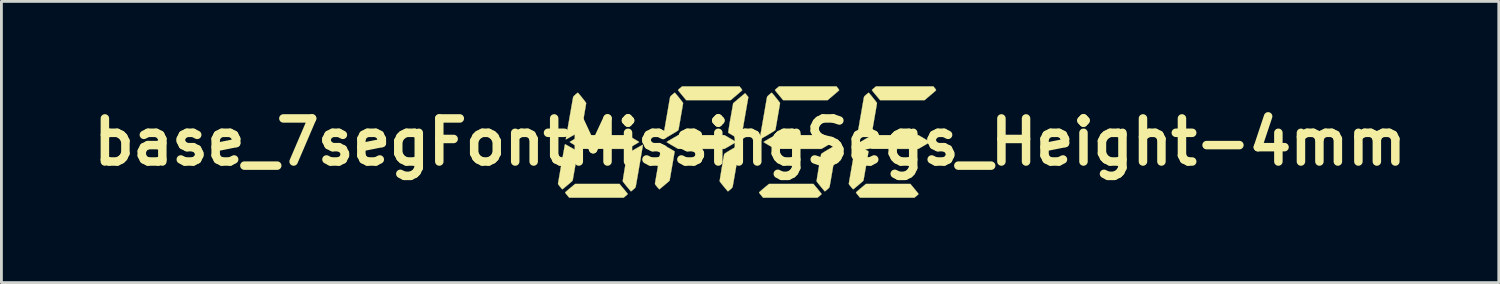
<source format=kicad_pcb>
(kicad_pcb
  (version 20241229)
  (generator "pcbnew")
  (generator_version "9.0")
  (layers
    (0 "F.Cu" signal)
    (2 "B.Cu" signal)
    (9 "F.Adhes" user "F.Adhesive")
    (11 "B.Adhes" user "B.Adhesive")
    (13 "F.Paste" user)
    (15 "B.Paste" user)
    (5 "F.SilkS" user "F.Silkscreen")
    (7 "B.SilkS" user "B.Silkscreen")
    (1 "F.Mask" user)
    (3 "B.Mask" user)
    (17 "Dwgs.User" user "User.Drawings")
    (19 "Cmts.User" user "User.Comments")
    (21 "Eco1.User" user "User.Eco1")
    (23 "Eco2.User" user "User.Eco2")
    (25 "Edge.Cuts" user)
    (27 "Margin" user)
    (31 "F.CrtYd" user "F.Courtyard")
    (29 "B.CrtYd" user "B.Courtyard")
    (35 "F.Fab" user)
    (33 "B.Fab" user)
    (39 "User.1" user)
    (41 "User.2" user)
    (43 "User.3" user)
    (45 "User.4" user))
  (footprint "base_7segFontMissingSegs_Height-4mm"
    (layer "F.Cu")
    (at 23.484 1.974)
    (property "Reference" "base_7segFontMissingSegs_Height-4mm" (at 0 0 0) (layer "F.SilkS") (effects (font (size 1.524 1.524) (thickness 0.3))))
    (attr through_hole)
    (fp_poly (pts (xy -4.474 1.656) (xy -4.431 1.708) (xy -4.393 1.754) (xy -4.363 1.793) (xy -4.341 1.821) (xy -4.33 1.837) (xy -4.329 1.839) (xy -4.337 1.849) (xy -4.358 1.869) (xy -4.387 1.895) (xy -4.402 1.908) (xy -4.475 1.968) (xy -6.399 1.968) (xy -6.47 1.881) (xy -6.5 1.845) (xy -6.523 1.814) (xy -6.538 1.792) (xy -6.542 1.785) (xy -6.534 1.776) (xy -6.513 1.755) (xy -6.479 1.726) (xy -6.437 1.689) (xy -6.387 1.647) (xy -6.366 1.629) (xy -6.189 1.482) (xy -4.619 1.482) (xy -4.474 1.656)) (stroke (width 0.01) (type solid)) (fill yes) (layer "F.SilkS"))
    (fp_poly (pts (xy 2.384 1.656) (xy 2.427 1.708) (xy 2.465 1.754) (xy 2.495 1.793) (xy 2.517 1.821) (xy 2.528 1.837) (xy 2.529 1.839) (xy 2.521 1.849) (xy 2.5 1.869) (xy 2.471 1.895) (xy 2.456 1.908) (xy 2.383 1.968) (xy 0.459 1.968) (xy 0.388 1.881) (xy 0.358 1.845) (xy 0.335 1.814) (xy 0.32 1.792) (xy 0.316 1.785) (xy 0.324 1.776) (xy 0.345 1.755) (xy 0.379 1.726) (xy 0.421 1.689) (xy 0.471 1.647) (xy 0.492 1.629) (xy 0.669 1.482) (xy 2.239 1.482) (xy 2.384 1.656)) (stroke (width 0.01) (type solid)) (fill yes) (layer "F.SilkS"))
    (fp_poly (pts (xy 5.813 1.656) (xy 5.856 1.708) (xy 5.894 1.754) (xy 5.924 1.793) (xy 5.946 1.821) (xy 5.957 1.837) (xy 5.958 1.839) (xy 5.95 1.849) (xy 5.929 1.869) (xy 5.9 1.895) (xy 5.885 1.908) (xy 5.812 1.968) (xy 3.888 1.968) (xy 3.817 1.881) (xy 3.787 1.845) (xy 3.764 1.814) (xy 3.749 1.792) (xy 3.745 1.785) (xy 3.753 1.776) (xy 3.774 1.755) (xy 3.808 1.726) (xy 3.85 1.689) (xy 3.9 1.647) (xy 3.921 1.629) (xy 4.098 1.482) (xy 5.668 1.482) (xy 5.813 1.656)) (stroke (width 0.01) (type solid)) (fill yes) (layer "F.SilkS"))
    (fp_poly (pts (xy -1.39 -1.968) (xy -0.376 -1.968) (xy -0.325 -1.905) (xy -0.301 -1.874) (xy -0.285 -1.848) (xy -0.28 -1.833) (xy -0.28 -1.832) (xy -0.29 -1.822) (xy -0.313 -1.801) (xy -0.348 -1.77) (xy -0.393 -1.732) (xy -0.444 -1.688) (xy -0.487 -1.651) (xy -0.687 -1.482) (xy -2.26 -1.482) (xy -2.405 -1.656) (xy -2.448 -1.708) (xy -2.486 -1.754) (xy -2.516 -1.793) (xy -2.538 -1.821) (xy -2.549 -1.837) (xy -2.55 -1.839) (xy -2.542 -1.849) (xy -2.521 -1.868) (xy -2.492 -1.895) (xy -2.476 -1.908) (xy -2.404 -1.968) (xy -1.39 -1.968)) (stroke (width 0.01) (type solid)) (fill yes) (layer "F.SilkS"))
    (fp_poly (pts (xy 2.039 -1.968) (xy 3.053 -1.968) (xy 3.104 -1.905) (xy 3.128 -1.874) (xy 3.144 -1.848) (xy 3.149 -1.833) (xy 3.149 -1.832) (xy 3.139 -1.822) (xy 3.116 -1.801) (xy 3.081 -1.77) (xy 3.036 -1.732) (xy 2.985 -1.688) (xy 2.942 -1.651) (xy 2.742 -1.482) (xy 1.169 -1.482) (xy 1.024 -1.656) (xy 0.981 -1.708) (xy 0.943 -1.754) (xy 0.913 -1.793) (xy 0.891 -1.821) (xy 0.88 -1.837) (xy 0.879 -1.839) (xy 0.887 -1.849) (xy 0.908 -1.868) (xy 0.937 -1.895) (xy 0.953 -1.908) (xy 1.025 -1.968) (xy 2.039 -1.968)) (stroke (width 0.01) (type solid)) (fill yes) (layer "F.SilkS"))
    (fp_poly (pts (xy 5.468 -1.968) (xy 6.482 -1.968) (xy 6.533 -1.905) (xy 6.557 -1.874) (xy 6.573 -1.848) (xy 6.578 -1.833) (xy 6.578 -1.832) (xy 6.568 -1.822) (xy 6.545 -1.801) (xy 6.51 -1.77) (xy 6.465 -1.732) (xy 6.414 -1.688) (xy 6.371 -1.651) (xy 6.171 -1.482) (xy 4.598 -1.482) (xy 4.453 -1.656) (xy 4.41 -1.708) (xy 4.372 -1.754) (xy 4.342 -1.793) (xy 4.32 -1.821) (xy 4.309 -1.837) (xy 4.308 -1.839) (xy 4.316 -1.849) (xy 4.337 -1.868) (xy 4.366 -1.895) (xy 4.382 -1.908) (xy 4.454 -1.968) (xy 5.468 -1.968)) (stroke (width 0.01) (type solid)) (fill yes) (layer "F.SilkS"))
    (fp_poly (pts (xy -4.131 -0.124) (xy -4.072 -0.09) (xy -4.02 -0.059) (xy -3.977 -0.033) (xy -3.946 -0.013) (xy -3.929 -0.002) (xy -3.927 0) (xy -3.936 0.007) (xy -3.96 0.022) (xy -3.998 0.045) (xy -4.046 0.074) (xy -4.102 0.107) (xy -4.132 0.124) (xy -4.338 0.243) (xy -5.156 0.243) (xy -5.974 0.242) (xy -6.178 0.124) (xy -6.237 0.089) (xy -6.289 0.058) (xy -6.332 0.032) (xy -6.363 0.013) (xy -6.379 0.002) (xy -6.381 0) (xy -6.373 -0.007) (xy -6.348 -0.022) (xy -6.311 -0.045) (xy -6.262 -0.074) (xy -6.206 -0.107) (xy -6.176 -0.124) (xy -5.97 -0.243) (xy -4.336 -0.243) (xy -4.131 -0.124)) (stroke (width 0.01) (type solid)) (fill yes) (layer "F.SilkS"))
    (fp_poly (pts (xy -0.702 -0.124) (xy -0.643 -0.09) (xy -0.591 -0.059) (xy -0.548 -0.033) (xy -0.517 -0.013) (xy -0.5 -0.002) (xy -0.498 0) (xy -0.507 0.007) (xy -0.531 0.022) (xy -0.569 0.045) (xy -0.617 0.074) (xy -0.673 0.107) (xy -0.703 0.124) (xy -0.909 0.243) (xy -1.727 0.243) (xy -2.545 0.242) (xy -2.749 0.124) (xy -2.808 0.089) (xy -2.86 0.058) (xy -2.903 0.032) (xy -2.934 0.013) (xy -2.95 0.002) (xy -2.952 0) (xy -2.944 -0.007) (xy -2.919 -0.022) (xy -2.882 -0.045) (xy -2.833 -0.074) (xy -2.777 -0.107) (xy -2.747 -0.124) (xy -2.541 -0.243) (xy -0.907 -0.243) (xy -0.702 -0.124)) (stroke (width 0.01) (type solid)) (fill yes) (layer "F.SilkS"))
    (fp_poly (pts (xy 2.727 -0.124) (xy 2.786 -0.09) (xy 2.838 -0.059) (xy 2.881 -0.033) (xy 2.912 -0.013) (xy 2.929 -0.002) (xy 2.931 0) (xy 2.922 0.007) (xy 2.898 0.022) (xy 2.86 0.045) (xy 2.812 0.074) (xy 2.756 0.107) (xy 2.726 0.124) (xy 2.52 0.243) (xy 1.702 0.243) (xy 0.884 0.242) (xy 0.68 0.124) (xy 0.621 0.089) (xy 0.569 0.058) (xy 0.526 0.032) (xy 0.495 0.013) (xy 0.479 0.002) (xy 0.477 0) (xy 0.485 -0.007) (xy 0.51 -0.022) (xy 0.547 -0.045) (xy 0.596 -0.074) (xy 0.652 -0.107) (xy 0.682 -0.124) (xy 0.888 -0.243) (xy 2.522 -0.243) (xy 2.727 -0.124)) (stroke (width 0.01) (type solid)) (fill yes) (layer "F.SilkS"))
    (fp_poly (pts (xy 6.156 -0.124) (xy 6.215 -0.09) (xy 6.267 -0.059) (xy 6.31 -0.033) (xy 6.341 -0.013) (xy 6.358 -0.002) (xy 6.36 0) (xy 6.351 0.007) (xy 6.327 0.022) (xy 6.289 0.045) (xy 6.241 0.074) (xy 6.185 0.107) (xy 6.155 0.124) (xy 5.949 0.243) (xy 5.131 0.243) (xy 4.313 0.242) (xy 4.109 0.124) (xy 4.05 0.089) (xy 3.998 0.058) (xy 3.955 0.032) (xy 3.924 0.013) (xy 3.908 0.002) (xy 3.906 0) (xy 3.914 -0.007) (xy 3.939 -0.022) (xy 3.976 -0.045) (xy 4.025 -0.074) (xy 4.081 -0.107) (xy 4.111 -0.124) (xy 4.317 -0.243) (xy 5.951 -0.243) (xy 6.156 -0.124)) (stroke (width 0.01) (type solid)) (fill yes) (layer "F.SilkS"))
    (fp_poly (pts (xy -0.169 -1.717) (xy -0.151 -1.697) (xy -0.127 -1.668) (xy -0.118 -1.657) (xy -0.063 -1.589) (xy -0.19 -0.861) (xy -0.216 -0.714) (xy -0.238 -0.586) (xy -0.257 -0.477) (xy -0.274 -0.384) (xy -0.287 -0.307) (xy -0.299 -0.244) (xy -0.308 -0.193) (xy -0.315 -0.153) (xy -0.321 -0.124) (xy -0.325 -0.102) (xy -0.328 -0.088) (xy -0.331 -0.08) (xy -0.333 -0.075) (xy -0.334 -0.074) (xy -0.335 -0.075) (xy -0.337 -0.075) (xy -0.348 -0.08) (xy -0.374 -0.095) (xy -0.413 -0.117) (xy -0.463 -0.146) (xy -0.519 -0.179) (xy -0.55 -0.197) (xy -0.61 -0.233) (xy -0.665 -0.265) (xy -0.711 -0.292) (xy -0.745 -0.312) (xy -0.765 -0.324) (xy -0.769 -0.326) (xy -0.771 -0.334) (xy -0.771 -0.353) (xy -0.767 -0.386) (xy -0.761 -0.433) (xy -0.751 -0.495) (xy -0.738 -0.575) (xy -0.722 -0.672) (xy -0.702 -0.788) (xy -0.69 -0.853) (xy -0.598 -1.373) (xy -0.389 -1.549) (xy -0.333 -1.596) (xy -0.282 -1.639) (xy -0.239 -1.675) (xy -0.205 -1.703) (xy -0.184 -1.72) (xy -0.177 -1.725) (xy -0.169 -1.717)) (stroke (width 0.01) (type solid)) (fill yes) (layer "F.SilkS"))
    (fp_poly (pts (xy -3.794 0.109) (xy -3.799 0.138) (xy -3.806 0.185) (xy -3.816 0.246) (xy -3.829 0.32) (xy -3.843 0.404) (xy -3.859 0.498) (xy -3.876 0.598) (xy -3.893 0.703) (xy -3.912 0.811) (xy -3.931 0.919) (xy -3.949 1.026) (xy -3.967 1.13) (xy -3.984 1.228) (xy -4 1.319) (xy -4.014 1.401) (xy -4.027 1.471) (xy -4.037 1.528) (xy -4.045 1.569) (xy -4.049 1.588) (xy -4.061 1.61) (xy -4.088 1.641) (xy -4.129 1.678) (xy -4.133 1.681) (xy -4.167 1.709) (xy -4.194 1.731) (xy -4.211 1.744) (xy -4.214 1.746) (xy -4.222 1.738) (xy -4.241 1.716) (xy -4.269 1.683) (xy -4.304 1.641) (xy -4.346 1.591) (xy -4.359 1.575) (xy -4.402 1.523) (xy -4.44 1.476) (xy -4.471 1.436) (xy -4.493 1.406) (xy -4.504 1.389) (xy -4.505 1.387) (xy -4.504 1.374) (xy -4.5 1.343) (xy -4.493 1.296) (xy -4.484 1.236) (xy -4.472 1.166) (xy -4.459 1.087) (xy -4.446 1.003) (xy -4.431 0.916) (xy -4.416 0.829) (xy -4.402 0.744) (xy -4.388 0.663) (xy -4.375 0.59) (xy -4.364 0.526) (xy -4.354 0.476) (xy -4.347 0.44) (xy -4.345 0.429) (xy -4.335 0.417) (xy -4.31 0.398) (xy -4.268 0.37) (xy -4.209 0.333) (xy -4.133 0.287) (xy -4.069 0.25) (xy -4.001 0.211) (xy -3.938 0.175) (xy -3.884 0.145) (xy -3.84 0.121) (xy -3.81 0.105) (xy -3.794 0.098) (xy -3.793 0.098) (xy -3.794 0.109)) (stroke (width 0.01) (type solid)) (fill yes) (layer "F.SilkS"))
    (fp_poly (pts (xy -0.365 0.109) (xy -0.37 0.138) (xy -0.377 0.185) (xy -0.387 0.246) (xy -0.4 0.32) (xy -0.414 0.404) (xy -0.43 0.498) (xy -0.447 0.598) (xy -0.464 0.703) (xy -0.483 0.811) (xy -0.502 0.919) (xy -0.52 1.026) (xy -0.538 1.13) (xy -0.555 1.228) (xy -0.571 1.319) (xy -0.585 1.401) (xy -0.598 1.471) (xy -0.608 1.528) (xy -0.616 1.569) (xy -0.62 1.588) (xy -0.632 1.61) (xy -0.659 1.641) (xy -0.7 1.678) (xy -0.704 1.681) (xy -0.738 1.709) (xy -0.765 1.731) (xy -0.782 1.744) (xy -0.785 1.746) (xy -0.793 1.738) (xy -0.812 1.716) (xy -0.84 1.683) (xy -0.875 1.641) (xy -0.917 1.591) (xy -0.93 1.575) (xy -0.973 1.523) (xy -1.011 1.476) (xy -1.042 1.436) (xy -1.064 1.406) (xy -1.075 1.389) (xy -1.076 1.387) (xy -1.075 1.374) (xy -1.071 1.343) (xy -1.064 1.296) (xy -1.055 1.236) (xy -1.043 1.166) (xy -1.03 1.087) (xy -1.017 1.003) (xy -1.002 0.916) (xy -0.987 0.829) (xy -0.973 0.744) (xy -0.959 0.663) (xy -0.946 0.59) (xy -0.935 0.526) (xy -0.925 0.476) (xy -0.918 0.44) (xy -0.916 0.429) (xy -0.906 0.417) (xy -0.881 0.398) (xy -0.839 0.37) (xy -0.78 0.333) (xy -0.704 0.287) (xy -0.64 0.25) (xy -0.572 0.211) (xy -0.509 0.175) (xy -0.455 0.145) (xy -0.411 0.121) (xy -0.381 0.105) (xy -0.365 0.098) (xy -0.364 0.098) (xy -0.365 0.109)) (stroke (width 0.01) (type solid)) (fill yes) (layer "F.SilkS"))
    (fp_poly (pts (xy 3.064 0.109) (xy 3.059 0.138) (xy 3.052 0.185) (xy 3.042 0.246) (xy 3.029 0.32) (xy 3.015 0.404) (xy 2.999 0.498) (xy 2.982 0.598) (xy 2.965 0.703) (xy 2.946 0.811) (xy 2.927 0.919) (xy 2.909 1.026) (xy 2.891 1.13) (xy 2.874 1.228) (xy 2.858 1.319) (xy 2.844 1.401) (xy 2.831 1.471) (xy 2.821 1.528) (xy 2.813 1.569) (xy 2.809 1.588) (xy 2.797 1.61) (xy 2.77 1.641) (xy 2.729 1.678) (xy 2.725 1.681) (xy 2.691 1.709) (xy 2.664 1.731) (xy 2.647 1.744) (xy 2.644 1.746) (xy 2.636 1.738) (xy 2.617 1.716) (xy 2.589 1.683) (xy 2.554 1.641) (xy 2.512 1.591) (xy 2.499 1.575) (xy 2.456 1.523) (xy 2.418 1.476) (xy 2.387 1.436) (xy 2.365 1.406) (xy 2.354 1.389) (xy 2.353 1.387) (xy 2.354 1.374) (xy 2.358 1.343) (xy 2.365 1.296) (xy 2.374 1.236) (xy 2.386 1.166) (xy 2.399 1.087) (xy 2.412 1.003) (xy 2.427 0.916) (xy 2.442 0.829) (xy 2.456 0.744) (xy 2.47 0.663) (xy 2.483 0.59) (xy 2.494 0.526) (xy 2.504 0.476) (xy 2.511 0.44) (xy 2.513 0.429) (xy 2.523 0.417) (xy 2.548 0.398) (xy 2.59 0.37) (xy 2.649 0.333) (xy 2.725 0.287) (xy 2.789 0.25) (xy 2.857 0.211) (xy 2.92 0.175) (xy 2.974 0.145) (xy 3.018 0.121) (xy 3.048 0.105) (xy 3.064 0.098) (xy 3.065 0.098) (xy 3.064 0.109)) (stroke (width 0.01) (type solid)) (fill yes) (layer "F.SilkS"))
    (fp_poly (pts (xy -6.538 0.082) (xy -6.513 0.095) (xy -6.476 0.115) (xy -6.43 0.14) (xy -6.378 0.17) (xy -6.323 0.201) (xy -6.267 0.232) (xy -6.215 0.262) (xy -6.169 0.289) (xy -6.133 0.311) (xy -6.108 0.326) (xy -6.099 0.332) (xy -6.101 0.342) (xy -6.105 0.371) (xy -6.113 0.416) (xy -6.122 0.474) (xy -6.134 0.544) (xy -6.148 0.622) (xy -6.162 0.707) (xy -6.178 0.795) (xy -6.193 0.885) (xy -6.209 0.974) (xy -6.224 1.06) (xy -6.238 1.14) (xy -6.25 1.211) (xy -6.261 1.272) (xy -6.27 1.32) (xy -6.276 1.352) (xy -6.279 1.366) (xy -6.279 1.367) (xy -6.287 1.375) (xy -6.309 1.395) (xy -6.341 1.423) (xy -6.381 1.457) (xy -6.426 1.496) (xy -6.473 1.535) (xy -6.519 1.574) (xy -6.562 1.609) (xy -6.598 1.639) (xy -6.624 1.66) (xy -6.639 1.671) (xy -6.641 1.672) (xy -6.649 1.665) (xy -6.668 1.644) (xy -6.694 1.614) (xy -6.72 1.584) (xy -6.75 1.546) (xy -6.775 1.514) (xy -6.79 1.49) (xy -6.795 1.48) (xy -6.793 1.466) (xy -6.788 1.434) (xy -6.78 1.386) (xy -6.769 1.323) (xy -6.756 1.248) (xy -6.741 1.163) (xy -6.725 1.07) (xy -6.708 0.971) (xy -6.69 0.868) (xy -6.671 0.763) (xy -6.653 0.659) (xy -6.635 0.557) (xy -6.618 0.459) (xy -6.601 0.368) (xy -6.586 0.286) (xy -6.573 0.214) (xy -6.563 0.156) (xy -6.555 0.112) (xy -6.549 0.085) (xy -6.547 0.077) (xy -6.538 0.082)) (stroke (width 0.01) (type solid)) (fill yes) (layer "F.SilkS"))
    (fp_poly (pts (xy -6.067 -1.717) (xy -6.035 -1.68) (xy -5.998 -1.636) (xy -5.959 -1.587) (xy -5.92 -1.538) (xy -5.882 -1.491) (xy -5.849 -1.448) (xy -5.823 -1.413) (xy -5.806 -1.388) (xy -5.8 -1.377) (xy -5.801 -1.364) (xy -5.806 -1.333) (xy -5.814 -1.286) (xy -5.824 -1.226) (xy -5.836 -1.155) (xy -5.85 -1.077) (xy -5.864 -0.993) (xy -5.879 -0.906) (xy -5.894 -0.82) (xy -5.908 -0.735) (xy -5.922 -0.656) (xy -5.935 -0.585) (xy -5.946 -0.523) (xy -5.954 -0.475) (xy -5.961 -0.441) (xy -5.963 -0.428) (xy -5.972 -0.417) (xy -5.993 -0.399) (xy -6.03 -0.374) (xy -6.081 -0.342) (xy -6.15 -0.3) (xy -6.225 -0.256) (xy -6.307 -0.209) (xy -6.373 -0.171) (xy -6.424 -0.142) (xy -6.462 -0.121) (xy -6.489 -0.107) (xy -6.506 -0.099) (xy -6.515 -0.096) (xy -6.519 -0.097) (xy -6.519 -0.099) (xy -6.518 -0.11) (xy -6.512 -0.14) (xy -6.504 -0.187) (xy -6.494 -0.248) (xy -6.481 -0.322) (xy -6.466 -0.407) (xy -6.45 -0.501) (xy -6.433 -0.601) (xy -6.414 -0.706) (xy -6.396 -0.814) (xy -6.377 -0.922) (xy -6.358 -1.028) (xy -6.34 -1.131) (xy -6.323 -1.229) (xy -6.307 -1.319) (xy -6.293 -1.4) (xy -6.281 -1.468) (xy -6.271 -1.524) (xy -6.264 -1.563) (xy -6.26 -1.585) (xy -6.26 -1.588) (xy -6.248 -1.61) (xy -6.22 -1.64) (xy -6.18 -1.678) (xy -6.175 -1.682) (xy -6.141 -1.71) (xy -6.113 -1.731) (xy -6.096 -1.743) (xy -6.091 -1.745) (xy -6.067 -1.717)) (stroke (width 0.01) (type solid)) (fill yes) (layer "F.SilkS"))
    (fp_poly (pts (xy -3.109 0.082) (xy -3.084 0.095) (xy -3.047 0.115) (xy -3.001 0.14) (xy -2.949 0.17) (xy -2.894 0.201) (xy -2.838 0.232) (xy -2.786 0.262) (xy -2.74 0.289) (xy -2.704 0.311) (xy -2.679 0.326) (xy -2.67 0.332) (xy -2.672 0.342) (xy -2.676 0.371) (xy -2.684 0.416) (xy -2.693 0.474) (xy -2.705 0.544) (xy -2.719 0.622) (xy -2.733 0.707) (xy -2.749 0.795) (xy -2.764 0.885) (xy -2.78 0.974) (xy -2.795 1.06) (xy -2.809 1.14) (xy -2.821 1.211) (xy -2.832 1.272) (xy -2.841 1.32) (xy -2.847 1.352) (xy -2.85 1.366) (xy -2.85 1.367) (xy -2.858 1.375) (xy -2.88 1.395) (xy -2.912 1.423) (xy -2.952 1.457) (xy -2.997 1.496) (xy -3.044 1.535) (xy -3.09 1.574) (xy -3.133 1.609) (xy -3.169 1.639) (xy -3.195 1.66) (xy -3.21 1.671) (xy -3.212 1.672) (xy -3.22 1.665) (xy -3.239 1.644) (xy -3.265 1.614) (xy -3.291 1.584) (xy -3.321 1.546) (xy -3.346 1.514) (xy -3.361 1.49) (xy -3.365 1.48) (xy -3.364 1.466) (xy -3.359 1.434) (xy -3.351 1.386) (xy -3.34 1.323) (xy -3.327 1.248) (xy -3.312 1.163) (xy -3.296 1.07) (xy -3.279 0.971) (xy -3.261 0.868) (xy -3.242 0.763) (xy -3.224 0.659) (xy -3.206 0.557) (xy -3.189 0.459) (xy -3.172 0.368) (xy -3.157 0.286) (xy -3.144 0.214) (xy -3.134 0.156) (xy -3.126 0.112) (xy -3.12 0.085) (xy -3.118 0.077) (xy -3.109 0.082)) (stroke (width 0.01) (type solid)) (fill yes) (layer "F.SilkS"))
    (fp_poly (pts (xy 3.749 0.082) (xy 3.774 0.095) (xy 3.811 0.115) (xy 3.857 0.14) (xy 3.909 0.17) (xy 3.964 0.201) (xy 4.02 0.232) (xy 4.072 0.262) (xy 4.118 0.289) (xy 4.154 0.311) (xy 4.179 0.326) (xy 4.188 0.332) (xy 4.186 0.342) (xy 4.182 0.371) (xy 4.174 0.416) (xy 4.165 0.474) (xy 4.153 0.544) (xy 4.139 0.622) (xy 4.125 0.707) (xy 4.109 0.795) (xy 4.094 0.885) (xy 4.078 0.974) (xy 4.063 1.06) (xy 4.049 1.14) (xy 4.037 1.211) (xy 4.026 1.272) (xy 4.017 1.32) (xy 4.011 1.352) (xy 4.008 1.366) (xy 4.008 1.367) (xy 4 1.375) (xy 3.978 1.395) (xy 3.946 1.423) (xy 3.906 1.457) (xy 3.861 1.496) (xy 3.814 1.535) (xy 3.768 1.574) (xy 3.725 1.609) (xy 3.689 1.639) (xy 3.663 1.66) (xy 3.648 1.671) (xy 3.646 1.672) (xy 3.638 1.665) (xy 3.619 1.644) (xy 3.593 1.614) (xy 3.567 1.584) (xy 3.537 1.546) (xy 3.512 1.514) (xy 3.497 1.49) (xy 3.493 1.48) (xy 3.494 1.466) (xy 3.499 1.434) (xy 3.507 1.386) (xy 3.518 1.323) (xy 3.531 1.248) (xy 3.546 1.163) (xy 3.562 1.07) (xy 3.579 0.971) (xy 3.597 0.868) (xy 3.616 0.763) (xy 3.634 0.659) (xy 3.652 0.557) (xy 3.669 0.459) (xy 3.686 0.368) (xy 3.701 0.286) (xy 3.714 0.214) (xy 3.724 0.156) (xy 3.732 0.112) (xy 3.738 0.085) (xy 3.74 0.077) (xy 3.749 0.082)) (stroke (width 0.01) (type solid)) (fill yes) (layer "F.SilkS"))
    (fp_poly (pts (xy -2.638 -1.718) (xy -2.607 -1.681) (xy -2.57 -1.637) (xy -2.531 -1.589) (xy -2.492 -1.54) (xy -2.455 -1.493) (xy -2.421 -1.45) (xy -2.395 -1.415) (xy -2.377 -1.39) (xy -2.371 -1.379) (xy -2.371 -1.379) (xy -2.372 -1.366) (xy -2.377 -1.335) (xy -2.385 -1.288) (xy -2.395 -1.229) (xy -2.407 -1.158) (xy -2.42 -1.08) (xy -2.435 -0.996) (xy -2.45 -0.91) (xy -2.465 -0.823) (xy -2.479 -0.739) (xy -2.493 -0.659) (xy -2.506 -0.588) (xy -2.516 -0.526) (xy -2.525 -0.477) (xy -2.531 -0.443) (xy -2.534 -0.428) (xy -2.544 -0.417) (xy -2.568 -0.397) (xy -2.609 -0.37) (xy -2.667 -0.334) (xy -2.743 -0.289) (xy -2.796 -0.257) (xy -2.878 -0.209) (xy -2.943 -0.172) (xy -2.994 -0.143) (xy -3.031 -0.122) (xy -3.058 -0.108) (xy -3.075 -0.101) (xy -3.085 -0.1) (xy -3.089 -0.103) (xy -3.089 -0.11) (xy -3.087 -0.121) (xy -3.086 -0.123) (xy -3.084 -0.138) (xy -3.078 -0.173) (xy -3.068 -0.225) (xy -3.057 -0.292) (xy -3.042 -0.373) (xy -3.026 -0.465) (xy -3.008 -0.568) (xy -2.989 -0.679) (xy -2.969 -0.797) (xy -2.958 -0.857) (xy -2.937 -0.977) (xy -2.917 -1.091) (xy -2.899 -1.198) (xy -2.882 -1.296) (xy -2.867 -1.383) (xy -2.854 -1.456) (xy -2.843 -1.516) (xy -2.836 -1.558) (xy -2.831 -1.583) (xy -2.83 -1.588) (xy -2.819 -1.61) (xy -2.791 -1.641) (xy -2.749 -1.678) (xy -2.745 -1.682) (xy -2.711 -1.709) (xy -2.684 -1.731) (xy -2.666 -1.743) (xy -2.662 -1.745) (xy -2.638 -1.718)) (stroke (width 0.01) (type solid)) (fill yes) (layer "F.SilkS"))
    (fp_poly (pts (xy 0.791 -1.718) (xy 0.822 -1.681) (xy 0.859 -1.637) (xy 0.898 -1.589) (xy 0.937 -1.54) (xy 0.974 -1.493) (xy 1.008 -1.45) (xy 1.034 -1.415) (xy 1.052 -1.39) (xy 1.058 -1.379) (xy 1.058 -1.379) (xy 1.057 -1.366) (xy 1.052 -1.335) (xy 1.044 -1.288) (xy 1.034 -1.229) (xy 1.022 -1.158) (xy 1.009 -1.08) (xy 0.994 -0.996) (xy 0.979 -0.91) (xy 0.964 -0.823) (xy 0.95 -0.739) (xy 0.936 -0.659) (xy 0.923 -0.588) (xy 0.913 -0.526) (xy 0.904 -0.477) (xy 0.898 -0.443) (xy 0.895 -0.428) (xy 0.885 -0.417) (xy 0.861 -0.397) (xy 0.82 -0.37) (xy 0.762 -0.334) (xy 0.686 -0.289) (xy 0.633 -0.257) (xy 0.551 -0.209) (xy 0.486 -0.172) (xy 0.435 -0.143) (xy 0.398 -0.122) (xy 0.371 -0.108) (xy 0.354 -0.101) (xy 0.344 -0.1) (xy 0.34 -0.103) (xy 0.34 -0.11) (xy 0.342 -0.121) (xy 0.343 -0.123) (xy 0.345 -0.138) (xy 0.351 -0.173) (xy 0.361 -0.225) (xy 0.372 -0.292) (xy 0.387 -0.373) (xy 0.403 -0.465) (xy 0.421 -0.568) (xy 0.44 -0.679) (xy 0.46 -0.797) (xy 0.471 -0.857) (xy 0.492 -0.977) (xy 0.512 -1.091) (xy 0.53 -1.198) (xy 0.547 -1.296) (xy 0.562 -1.383) (xy 0.575 -1.456) (xy 0.586 -1.516) (xy 0.593 -1.558) (xy 0.598 -1.583) (xy 0.599 -1.588) (xy 0.61 -1.61) (xy 0.638 -1.641) (xy 0.68 -1.678) (xy 0.684 -1.682) (xy 0.718 -1.709) (xy 0.745 -1.731) (xy 0.763 -1.743) (xy 0.767 -1.745) (xy 0.791 -1.718)) (stroke (width 0.01) (type solid)) (fill yes) (layer "F.SilkS"))
    (fp_poly (pts (xy 4.22 -1.718) (xy 4.251 -1.681) (xy 4.288 -1.637) (xy 4.327 -1.589) (xy 4.366 -1.54) (xy 4.403 -1.493) (xy 4.437 -1.45) (xy 4.463 -1.415) (xy 4.481 -1.39) (xy 4.487 -1.379) (xy 4.487 -1.379) (xy 4.486 -1.366) (xy 4.481 -1.335) (xy 4.473 -1.288) (xy 4.463 -1.229) (xy 4.451 -1.158) (xy 4.438 -1.08) (xy 4.423 -0.996) (xy 4.408 -0.91) (xy 4.393 -0.823) (xy 4.379 -0.739) (xy 4.365 -0.659) (xy 4.352 -0.588) (xy 4.342 -0.526) (xy 4.333 -0.477) (xy 4.327 -0.443) (xy 4.324 -0.428) (xy 4.314 -0.417) (xy 4.29 -0.397) (xy 4.249 -0.37) (xy 4.191 -0.334) (xy 4.115 -0.289) (xy 4.062 -0.257) (xy 3.98 -0.209) (xy 3.915 -0.172) (xy 3.864 -0.143) (xy 3.827 -0.122) (xy 3.8 -0.108) (xy 3.783 -0.101) (xy 3.773 -0.1) (xy 3.769 -0.103) (xy 3.769 -0.11) (xy 3.771 -0.121) (xy 3.772 -0.123) (xy 3.774 -0.138) (xy 3.78 -0.173) (xy 3.79 -0.225) (xy 3.801 -0.292) (xy 3.816 -0.373) (xy 3.832 -0.465) (xy 3.85 -0.568) (xy 3.869 -0.679) (xy 3.889 -0.797) (xy 3.9 -0.857) (xy 3.921 -0.977) (xy 3.941 -1.091) (xy 3.959 -1.198) (xy 3.976 -1.296) (xy 3.991 -1.383) (xy 4.004 -1.456) (xy 4.015 -1.516) (xy 4.022 -1.558) (xy 4.027 -1.583) (xy 4.028 -1.588) (xy 4.039 -1.61) (xy 4.067 -1.641) (xy 4.109 -1.678) (xy 4.113 -1.682) (xy 4.147 -1.709) (xy 4.174 -1.731) (xy 4.192 -1.743) (xy 4.196 -1.745) (xy 4.22 -1.718)) (stroke (width 0.01) (type solid)) (fill yes) (layer "F.SilkS")))
  (gr_rect
    (start -3 -3)
    (end 49.968 6.947)
    (stroke (width 0.1) (type default))
    (fill no)
    (layer "Edge.Cuts")))
</source>
